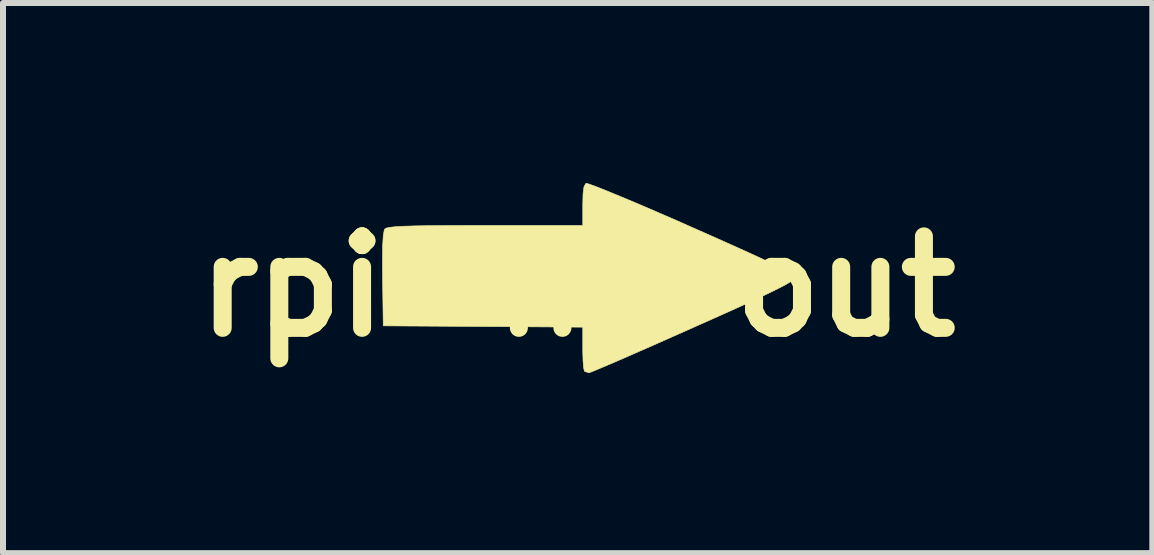
<source format=kicad_pcb>
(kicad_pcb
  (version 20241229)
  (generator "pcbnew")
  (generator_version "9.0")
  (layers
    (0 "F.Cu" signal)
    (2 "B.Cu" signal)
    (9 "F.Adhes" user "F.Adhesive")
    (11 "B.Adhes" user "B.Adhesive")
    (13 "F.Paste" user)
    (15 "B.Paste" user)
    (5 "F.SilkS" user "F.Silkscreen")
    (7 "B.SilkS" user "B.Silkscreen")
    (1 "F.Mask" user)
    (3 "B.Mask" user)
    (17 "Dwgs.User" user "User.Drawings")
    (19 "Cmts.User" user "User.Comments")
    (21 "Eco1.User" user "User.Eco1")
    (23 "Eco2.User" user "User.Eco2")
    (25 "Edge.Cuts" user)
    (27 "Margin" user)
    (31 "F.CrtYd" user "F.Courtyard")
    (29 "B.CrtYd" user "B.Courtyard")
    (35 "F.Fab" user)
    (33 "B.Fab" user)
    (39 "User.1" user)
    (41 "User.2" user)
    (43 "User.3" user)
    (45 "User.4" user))
  (footprint "rpi-in-out"
    (layer "F.Cu")
    (at 6.575 1.723)
    (property "Reference" "rpi-in-out" (at 0 0 0) (layer "F.SilkS") (effects (font (size 1.524 1.524) (thickness 0.3))))
    (attr through_hole)
    (fp_poly (pts (xy 0.191 -1.706) (xy 0.31 -1.662) (xy 0.489 -1.591) (xy 0.722 -1.495) (xy 0.999 -1.379) (xy 1.313 -1.244) (xy 1.656 -1.095) (xy 1.909 -0.983) (xy 2.333 -0.795) (xy 2.686 -0.637) (xy 2.972 -0.507) (xy 3.197 -0.401) (xy 3.368 -0.317) (xy 3.49 -0.253) (xy 3.568 -0.205) (xy 3.609 -0.17) (xy 3.619 -0.149) (xy 3.605 -0.123) (xy 3.558 -0.086) (xy 3.472 -0.034) (xy 3.342 0.034) (xy 3.162 0.122) (xy 2.926 0.233) (xy 2.628 0.369) (xy 2.263 0.533) (xy 1.926 0.683) (xy 1.571 0.841) (xy 1.239 0.988) (xy 0.938 1.12) (xy 0.677 1.234) (xy 0.463 1.326) (xy 0.305 1.392) (xy 0.21 1.431) (xy 0.187 1.438) (xy 0.119 1.416) (xy 0.113 1.411) (xy 0.1 1.358) (xy 0.09 1.243) (xy 0.085 1.086) (xy 0.085 1.031) (xy 0.085 0.678) (xy -3.239 0.656) (xy -3.25 -0.121) (xy -3.252 -0.442) (xy -3.249 -0.682) (xy -3.239 -0.846) (xy -3.223 -0.938) (xy -3.213 -0.958) (xy -3.187 -0.973) (xy -3.132 -0.985) (xy -3.04 -0.995) (xy -2.904 -1.003) (xy -2.717 -1.009) (xy -2.472 -1.013) (xy -2.16 -1.015) (xy -1.775 -1.016) (xy -1.54 -1.016) (xy 0.085 -1.016) (xy 0.085 -1.356) (xy 0.09 -1.545) (xy 0.105 -1.66) (xy 0.133 -1.713) (xy 0.142 -1.718) (xy 0.191 -1.706)) (stroke (width 0.01) (type solid)) (fill yes) (layer "F.SilkS")))
  (gr_rect
    (start -3 -3)
    (end 16.15 6.166)
    (stroke (width 0.1) (type default))
    (fill no)
    (layer "Edge.Cuts")))
</source>
